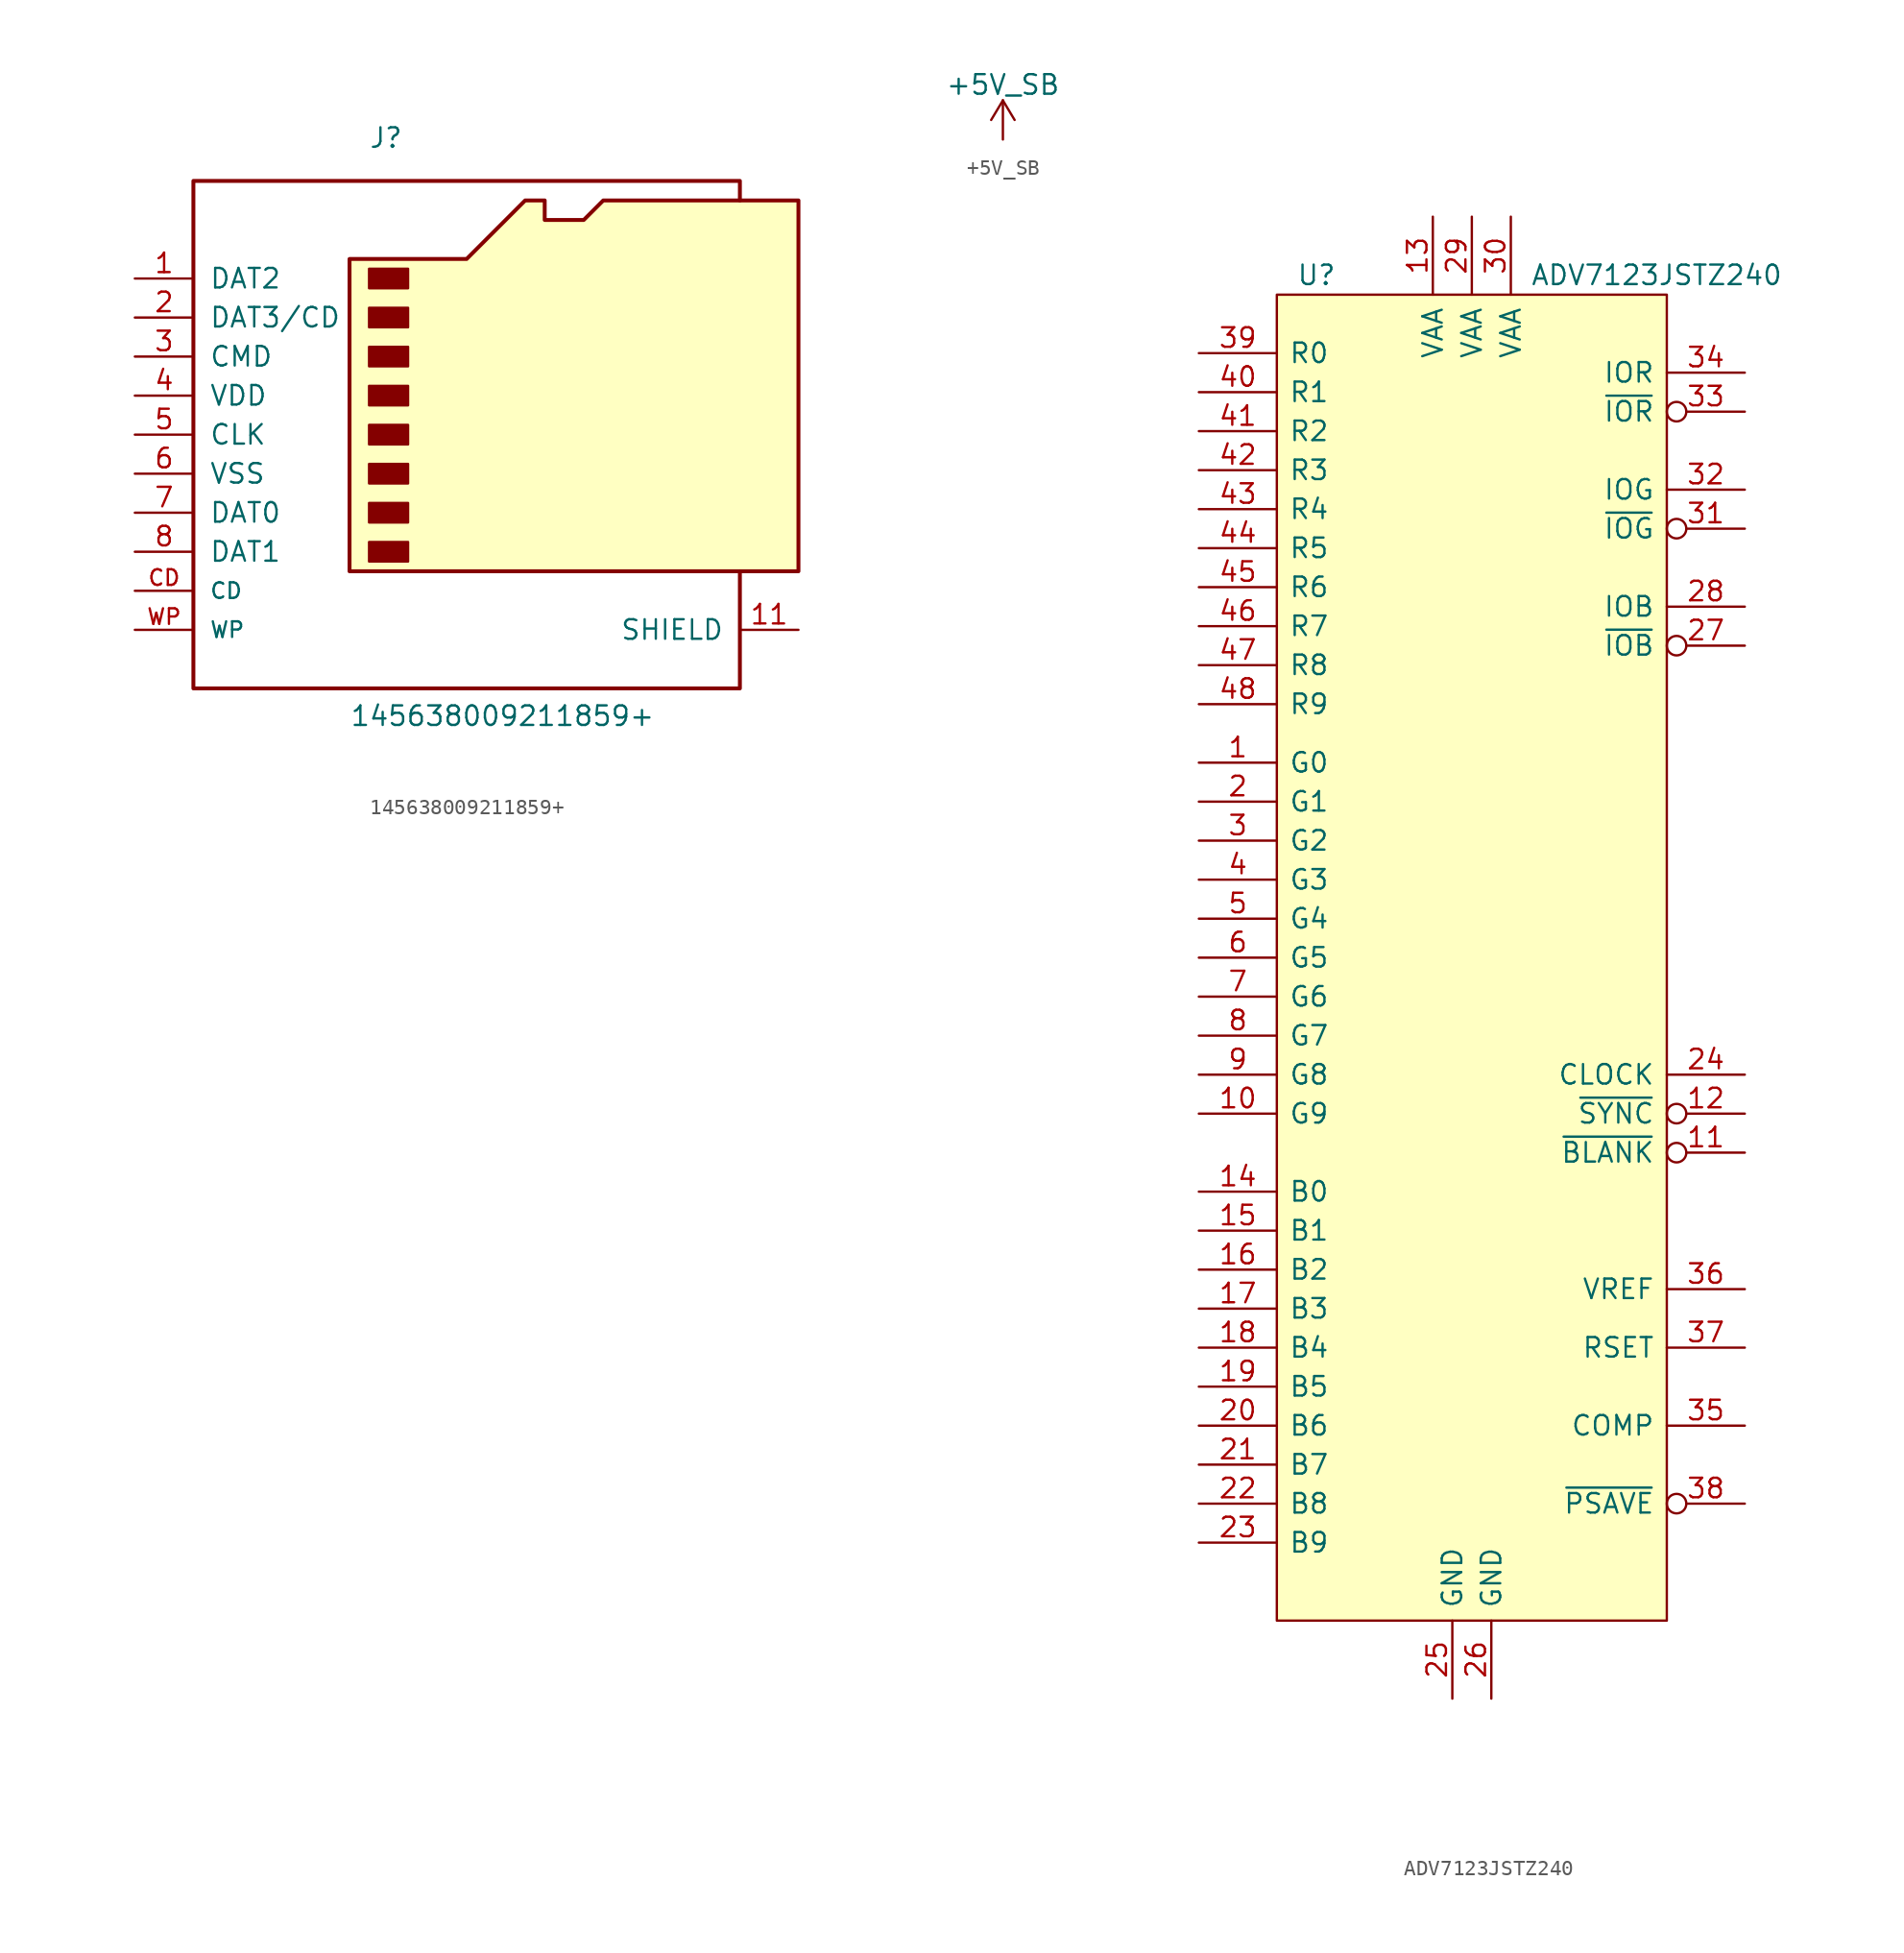
<source format=kicad_sym>
(kicad_symbol_lib
  (version 20220914)
  (generator kicad_symbol_editor)
  (symbol "145638009211859+"
    (pin_names
      (offset 1.016))
    (property "Reference" "J"
      (at -7.645 16.027 0)
      (effects (font (size 1.27 1.27)) (justify left bottom)))
    (property "Value" "145638009211859+"
      (at -8.89 -21.59 0)
      (effects (font (size 1.27 1.27)) (justify left bottom)))
    (property "ki_locked" ""
      (at 0 0 0)
      (effects (font (size 1.27 1.27))))
    (symbol "145638009211859+_0_0"
      (pin no_connect line (at -22.86 10.16 0) (length 5.08) hide (name "10" (effects (font (size 1.016 1.016)))) (number "10" (effects (font (size 1.016 1.016)))))
      (pin no_connect line (at -22.86 12.7 0) (length 5.08) hide (name "9" (effects (font (size 1.016 1.016)))) (number "9" (effects (font (size 1.016 1.016)))))
      (pin passive line (at -22.86 -12.7 0) (length 3.81) (name "CD" (effects (font (size 1.016 1.016)))) (number "CD" (effects (font (size 1.016 1.016)))))
      (pin passive line (at -22.86 -15.24 0) (length 3.81) (name "WP" (effects (font (size 1.016 1.016)))) (number "WP" (effects (font (size 1.016 1.016))))))
    (symbol "145638009211859+_1_1"
      (rectangle (start -7.62 -9.525) (end -5.08 -10.795) (stroke (width 0) (type default)) (fill (type outline)))
      (rectangle (start -7.62 -6.985) (end -5.08 -8.255) (stroke (width 0) (type default)) (fill (type outline)))
      (rectangle (start -7.62 -4.445) (end -5.08 -5.715) (stroke (width 0) (type default)) (fill (type outline)))
      (rectangle (start -7.62 -1.905) (end -5.08 -3.175) (stroke (width 0) (type default)) (fill (type outline)))
      (rectangle (start -7.62 0.635) (end -5.08 -0.635) (stroke (width 0) (type default)) (fill (type outline)))
      (rectangle (start -7.62 3.175) (end -5.08 1.905) (stroke (width 0) (type default)) (fill (type outline)))
      (rectangle (start -7.62 5.715) (end -5.08 4.445) (stroke (width 0) (type default)) (fill (type outline)))
      (rectangle (start -7.62 8.255) (end -5.08 6.985) (stroke (width 0) (type default)) (fill (type outline)))
      (polyline (pts (xy 16.51 12.7) (xy 16.51 13.97) (xy -19.05 13.97) (xy -19.05 -19.05) (xy 16.51 -19.05) (xy 16.51 -11.43)) (stroke (width 0.254) (type default)) (fill (type none)))
      (polyline (pts (xy -8.89 -11.43) (xy -8.89 8.89) (xy -1.27 8.89) (xy 2.54 12.7) (xy 3.81 12.7) (xy 3.81 11.43) (xy 6.35 11.43) (xy 7.62 12.7) (xy 20.32 12.7) (xy 20.32 -11.43) (xy -8.89 -11.43)) (stroke (width 0.254) (type default)) (fill (type background)))
      (pin bidirectional line (at -22.86 7.62 0) (length 3.81) (name "DAT2" (effects (font (size 1.27 1.27)))) (number "1" (effects (font (size 1.27 1.27)))))
      (pin passive line (at 20.32 -15.24 180) (length 3.81) (name "SHIELD" (effects (font (size 1.27 1.27)))) (number "11" (effects (font (size 1.27 1.27)))))
      (pin bidirectional line (at -22.86 5.08 0) (length 3.81) (name "DAT3/CD" (effects (font (size 1.27 1.27)))) (number "2" (effects (font (size 1.27 1.27)))))
      (pin input line (at -22.86 2.54 0) (length 3.81) (name "CMD" (effects (font (size 1.27 1.27)))) (number "3" (effects (font (size 1.27 1.27)))))
      (pin power_in line (at -22.86 0 0) (length 3.81) (name "VDD" (effects (font (size 1.27 1.27)))) (number "4" (effects (font (size 1.27 1.27)))))
      (pin input line (at -22.86 -2.54 0) (length 3.81) (name "CLK" (effects (font (size 1.27 1.27)))) (number "5" (effects (font (size 1.27 1.27)))))
      (pin power_in line (at -22.86 -5.08 0) (length 3.81) (name "VSS" (effects (font (size 1.27 1.27)))) (number "6" (effects (font (size 1.27 1.27)))))
      (pin bidirectional line (at -22.86 -7.62 0) (length 3.81) (name "DAT0" (effects (font (size 1.27 1.27)))) (number "7" (effects (font (size 1.27 1.27)))))
      (pin bidirectional line (at -22.86 -10.16 0) (length 3.81) (name "DAT1" (effects (font (size 1.27 1.27)))) (number "8" (effects (font (size 1.27 1.27)))))))
  (symbol "+5V_SB"
    (power)
    (pin_names
      (offset 0))
    (property "Reference" "#PWR"
      (at 0 -3.81 0)
      (effects (font (size 1.27 1.27)) hide))
    (property "Value" "+5V_SB"
      (at 0 3.556 0)
      (effects (font (size 1.27 1.27))))
    (symbol "+5V_SB_0_1"
      (polyline (pts (xy -0.762 1.27) (xy 0 2.54)) (stroke (width 0) (type default)) (fill (type none)))
      (polyline (pts (xy 0 0) (xy 0 2.54)) (stroke (width 0) (type default)) (fill (type none)))
      (polyline (pts (xy 0 2.54) (xy 0.762 1.27)) (stroke (width 0) (type default)) (fill (type none))))
    (symbol "+5V_SB_1_1"
      (pin power_in line (at 0 0 90) (length 0) hide (name "+5V_SB" (effects (font (size 1.27 1.27)))) (number "1" (effects (font (size 1.27 1.27)))))))
  (symbol "ADV7123JSTZ240"
    (pin_names
      (offset 0.762))
    (property "Reference" "U"
      (at -11.43 41.91 0)
      (effects (font (size 1.27 1.27)) (justify left)))
    (property "Value" "ADV7123JSTZ240"
      (at 3.81 41.91 0)
      (effects (font (size 1.27 1.27)) (justify left)))
    (symbol "ADV7123JSTZ240_0_0"
      (pin input line (at -17.78 10.16 0) (length 5.08) (name "G0" (effects (font (size 1.27 1.27)))) (number "1" (effects (font (size 1.27 1.27)))))
      (pin input line (at -17.78 -12.7 0) (length 5.08) (name "G9" (effects (font (size 1.27 1.27)))) (number "10" (effects (font (size 1.27 1.27)))))
      (pin input inverted (at 17.78 -15.24 180) (length 5.08) (name "~{BLANK}" (effects (font (size 1.27 1.27)))) (number "11" (effects (font (size 1.27 1.27)))))
      (pin input inverted (at 17.78 -12.7 180) (length 5.08) (name "~{SYNC}" (effects (font (size 1.27 1.27)))) (number "12" (effects (font (size 1.27 1.27)))))
      (pin power_in line (at -2.54 45.72 270) (length 5.08) (name "VAA" (effects (font (size 1.27 1.27)))) (number "13" (effects (font (size 1.27 1.27)))))
      (pin input line (at -17.78 -17.78 0) (length 5.08) (name "B0" (effects (font (size 1.27 1.27)))) (number "14" (effects (font (size 1.27 1.27)))))
      (pin input line (at -17.78 -20.32 0) (length 5.08) (name "B1" (effects (font (size 1.27 1.27)))) (number "15" (effects (font (size 1.27 1.27)))))
      (pin input line (at -17.78 -22.86 0) (length 5.08) (name "B2" (effects (font (size 1.27 1.27)))) (number "16" (effects (font (size 1.27 1.27)))))
      (pin input line (at -17.78 -25.4 0) (length 5.08) (name "B3" (effects (font (size 1.27 1.27)))) (number "17" (effects (font (size 1.27 1.27)))))
      (pin input line (at -17.78 -27.94 0) (length 5.08) (name "B4" (effects (font (size 1.27 1.27)))) (number "18" (effects (font (size 1.27 1.27)))))
      (pin input line (at -17.78 -30.48 0) (length 5.08) (name "B5" (effects (font (size 1.27 1.27)))) (number "19" (effects (font (size 1.27 1.27)))))
      (pin input line (at -17.78 7.62 0) (length 5.08) (name "G1" (effects (font (size 1.27 1.27)))) (number "2" (effects (font (size 1.27 1.27)))))
      (pin input line (at -17.78 -33.02 0) (length 5.08) (name "B6" (effects (font (size 1.27 1.27)))) (number "20" (effects (font (size 1.27 1.27)))))
      (pin input line (at -17.78 -35.56 0) (length 5.08) (name "B7" (effects (font (size 1.27 1.27)))) (number "21" (effects (font (size 1.27 1.27)))))
      (pin input line (at -17.78 -38.1 0) (length 5.08) (name "B8" (effects (font (size 1.27 1.27)))) (number "22" (effects (font (size 1.27 1.27)))))
      (pin input line (at -17.78 -40.64 0) (length 5.08) (name "B9" (effects (font (size 1.27 1.27)))) (number "23" (effects (font (size 1.27 1.27)))))
      (pin input line (at 17.78 -10.16 180) (length 5.08) (name "CLOCK" (effects (font (size 1.27 1.27)))) (number "24" (effects (font (size 1.27 1.27)))))
      (pin power_in line (at -1.27 -50.8 90) (length 5.08) (name "GND" (effects (font (size 1.27 1.27)))) (number "25" (effects (font (size 1.27 1.27)))))
      (pin power_in line (at 1.27 -50.8 90) (length 5.08) (name "GND" (effects (font (size 1.27 1.27)))) (number "26" (effects (font (size 1.27 1.27)))))
      (pin output inverted (at 17.78 17.78 180) (length 5.08) (name "~{IOB}" (effects (font (size 1.27 1.27)))) (number "27" (effects (font (size 1.27 1.27)))))
      (pin output line (at 17.78 20.32 180) (length 5.08) (name "IOB" (effects (font (size 1.27 1.27)))) (number "28" (effects (font (size 1.27 1.27)))))
      (pin power_in line (at 0 45.72 270) (length 5.08) (name "VAA" (effects (font (size 1.27 1.27)))) (number "29" (effects (font (size 1.27 1.27)))))
      (pin input line (at -17.78 5.08 0) (length 5.08) (name "G2" (effects (font (size 1.27 1.27)))) (number "3" (effects (font (size 1.27 1.27)))))
      (pin power_in line (at 2.54 45.72 270) (length 5.08) (name "VAA" (effects (font (size 1.27 1.27)))) (number "30" (effects (font (size 1.27 1.27)))))
      (pin output inverted (at 17.78 25.4 180) (length 5.08) (name "~{IOG}" (effects (font (size 1.27 1.27)))) (number "31" (effects (font (size 1.27 1.27)))))
      (pin output line (at 17.78 27.94 180) (length 5.08) (name "IOG" (effects (font (size 1.27 1.27)))) (number "32" (effects (font (size 1.27 1.27)))))
      (pin output inverted (at 17.78 33.02 180) (length 5.08) (name "~{IOR}" (effects (font (size 1.27 1.27)))) (number "33" (effects (font (size 1.27 1.27)))))
      (pin output line (at 17.78 35.56 180) (length 5.08) (name "IOR" (effects (font (size 1.27 1.27)))) (number "34" (effects (font (size 1.27 1.27)))))
      (pin input line (at 17.78 -33.02 180) (length 5.08) (name "COMP" (effects (font (size 1.27 1.27)))) (number "35" (effects (font (size 1.27 1.27)))))
      (pin input line (at 17.78 -24.13 180) (length 5.08) (name "VREF" (effects (font (size 1.27 1.27)))) (number "36" (effects (font (size 1.27 1.27)))))
      (pin input line (at 17.78 -27.94 180) (length 5.08) (name "RSET" (effects (font (size 1.27 1.27)))) (number "37" (effects (font (size 1.27 1.27)))))
      (pin input inverted (at 17.78 -38.1 180) (length 5.08) (name "~{PSAVE}" (effects (font (size 1.27 1.27)))) (number "38" (effects (font (size 1.27 1.27)))))
      (pin input line (at -17.78 36.83 0) (length 5.08) (name "R0" (effects (font (size 1.27 1.27)))) (number "39" (effects (font (size 1.27 1.27)))))
      (pin input line (at -17.78 2.54 0) (length 5.08) (name "G3" (effects (font (size 1.27 1.27)))) (number "4" (effects (font (size 1.27 1.27)))))
      (pin input line (at -17.78 34.29 0) (length 5.08) (name "R1" (effects (font (size 1.27 1.27)))) (number "40" (effects (font (size 1.27 1.27)))))
      (pin input line (at -17.78 31.75 0) (length 5.08) (name "R2" (effects (font (size 1.27 1.27)))) (number "41" (effects (font (size 1.27 1.27)))))
      (pin input line (at -17.78 29.21 0) (length 5.08) (name "R3" (effects (font (size 1.27 1.27)))) (number "42" (effects (font (size 1.27 1.27)))))
      (pin input line (at -17.78 26.67 0) (length 5.08) (name "R4" (effects (font (size 1.27 1.27)))) (number "43" (effects (font (size 1.27 1.27)))))
      (pin input line (at -17.78 24.13 0) (length 5.08) (name "R5" (effects (font (size 1.27 1.27)))) (number "44" (effects (font (size 1.27 1.27)))))
      (pin input line (at -17.78 21.59 0) (length 5.08) (name "R6" (effects (font (size 1.27 1.27)))) (number "45" (effects (font (size 1.27 1.27)))))
      (pin input line (at -17.78 19.05 0) (length 5.08) (name "R7" (effects (font (size 1.27 1.27)))) (number "46" (effects (font (size 1.27 1.27)))))
      (pin input line (at -17.78 16.51 0) (length 5.08) (name "R8" (effects (font (size 1.27 1.27)))) (number "47" (effects (font (size 1.27 1.27)))))
      (pin input line (at -17.78 13.97 0) (length 5.08) (name "R9" (effects (font (size 1.27 1.27)))) (number "48" (effects (font (size 1.27 1.27)))))
      (pin input line (at -17.78 0 0) (length 5.08) (name "G4" (effects (font (size 1.27 1.27)))) (number "5" (effects (font (size 1.27 1.27)))))
      (pin input line (at -17.78 -2.54 0) (length 5.08) (name "G5" (effects (font (size 1.27 1.27)))) (number "6" (effects (font (size 1.27 1.27)))))
      (pin input line (at -17.78 -5.08 0) (length 5.08) (name "G6" (effects (font (size 1.27 1.27)))) (number "7" (effects (font (size 1.27 1.27)))))
      (pin input line (at -17.78 -7.62 0) (length 5.08) (name "G7" (effects (font (size 1.27 1.27)))) (number "8" (effects (font (size 1.27 1.27)))))
      (pin input line (at -17.78 -10.16 0) (length 5.08) (name "G8" (effects (font (size 1.27 1.27)))) (number "9" (effects (font (size 1.27 1.27))))))
    (symbol "ADV7123JSTZ240_0_1"
      (rectangle (start -12.7 -45.72) (end 12.7 40.64) (stroke (width 0) (type default)) (fill (type background))))))
</source>
